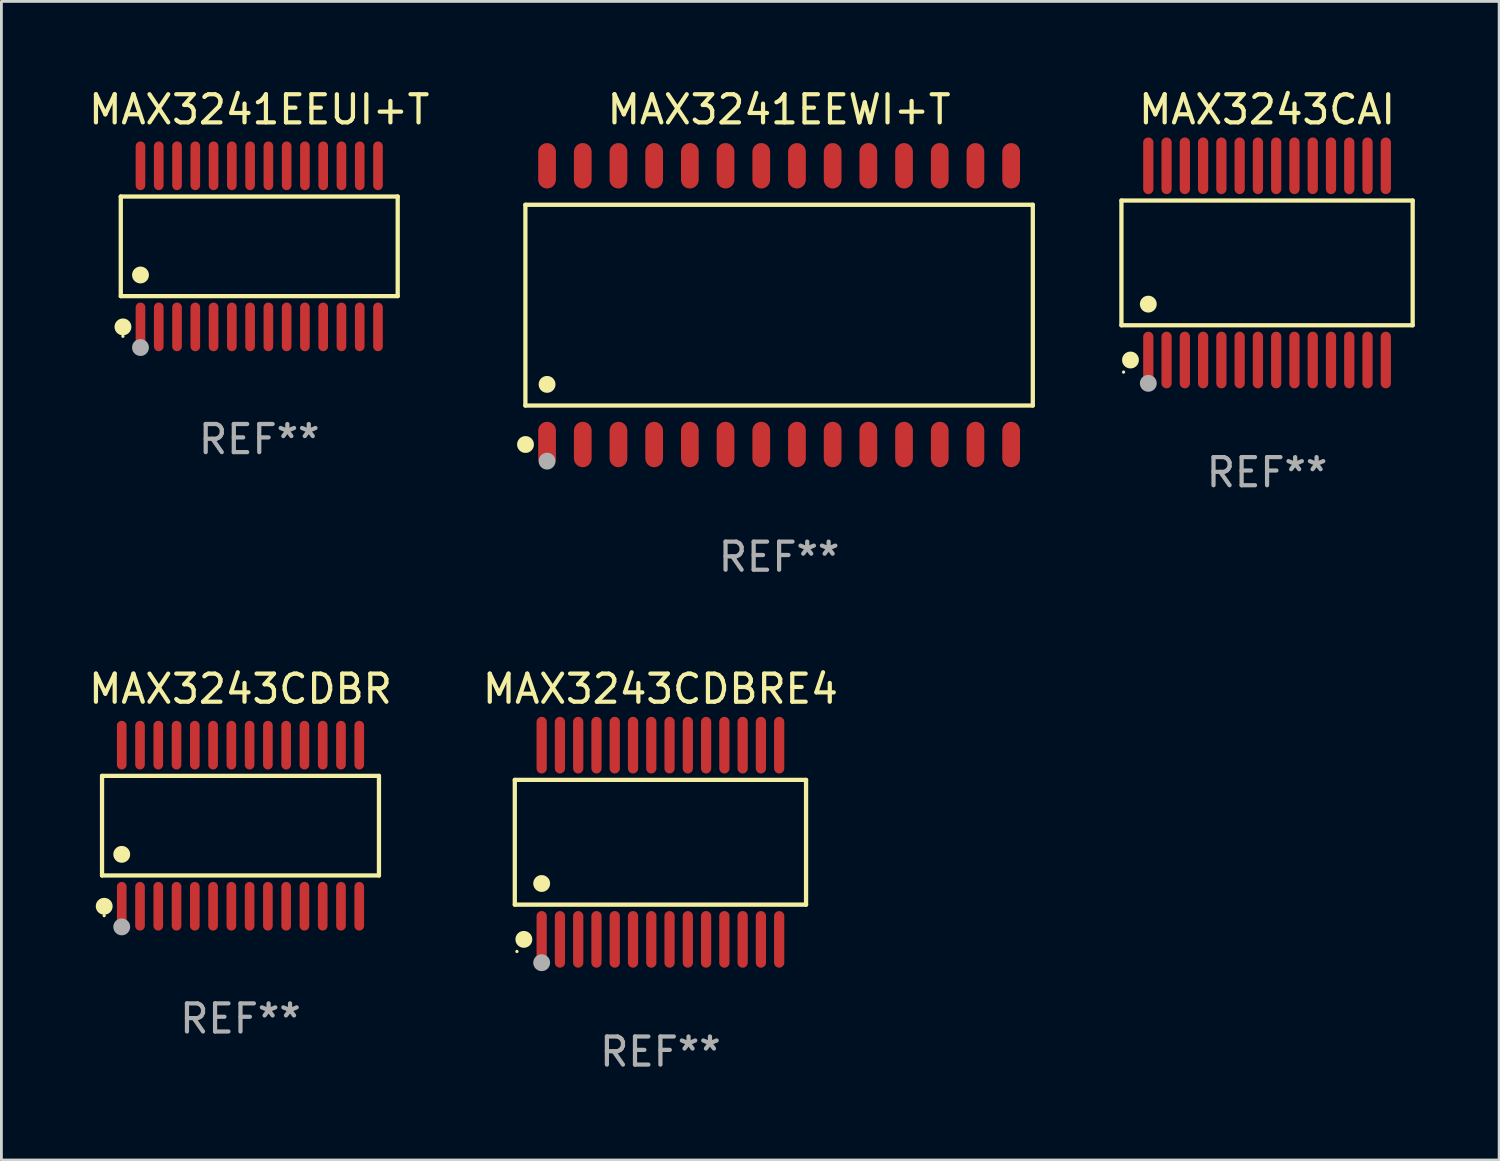
<source format=kicad_pcb>
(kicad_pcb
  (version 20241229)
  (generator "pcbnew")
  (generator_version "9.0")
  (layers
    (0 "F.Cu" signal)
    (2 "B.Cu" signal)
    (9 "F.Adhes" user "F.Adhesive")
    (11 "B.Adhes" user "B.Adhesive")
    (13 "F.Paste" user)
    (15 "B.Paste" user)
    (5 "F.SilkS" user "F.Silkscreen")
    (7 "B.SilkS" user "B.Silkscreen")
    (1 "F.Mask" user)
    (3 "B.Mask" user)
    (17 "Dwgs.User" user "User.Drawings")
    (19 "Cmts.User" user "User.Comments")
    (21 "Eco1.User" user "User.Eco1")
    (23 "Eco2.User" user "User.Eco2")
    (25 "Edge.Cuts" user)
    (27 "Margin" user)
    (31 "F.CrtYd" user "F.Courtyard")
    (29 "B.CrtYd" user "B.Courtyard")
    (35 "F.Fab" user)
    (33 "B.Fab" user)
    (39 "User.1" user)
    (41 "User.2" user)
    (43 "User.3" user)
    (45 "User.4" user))
  (footprint "MAX3243CAI"
    (layer "F.Cu")
    (at 42.028 6.303)
    (property "Reference" "MAX3243CAI" (at 0 -5.455 0) (layer "F.SilkS") (effects (font (size 1 1) (thickness 0.15))))
    (attr through_hole)
    (fp_line (start -5.181 -2.219) (end 5.181 -2.219) (stroke (width 0.152) (type solid)) (layer "F.SilkS"))
    (fp_line (start -5.181 2.219) (end -5.181 -2.219) (stroke (width 0.152) (type solid)) (layer "F.SilkS"))
    (fp_line (start 5.181 -2.219) (end 5.181 2.219) (stroke (width 0.152) (type solid)) (layer "F.SilkS"))
    (fp_line (start 5.181 2.219) (end -5.181 2.219) (stroke (width 0.152) (type solid)) (layer "F.SilkS"))
    (fp_circle (center -5.105 3.885) (end -5.075 3.885) (stroke (width 0.06) (type solid)) (fill no) (layer "F.SilkS"))
    (fp_circle (center -4.859 3.455) (end -4.709 3.455) (stroke (width 0.3) (type solid)) (fill no) (layer "F.SilkS"))
    (fp_circle (center -4.225 1.467) (end -4.075 1.467) (stroke (width 0.3) (type solid)) (fill no) (layer "F.SilkS"))
    (fp_circle (center -4.225 4.285) (end -4.075 4.285) (stroke (width 0.3) (type solid)) (fill no) (layer "F.Fab"))
    (fp_text user "REF**" (at 0 7.455 0) (layer "F.Fab") (effects (font (size 1 1) (thickness 0.15))))
    (pad "1" smd oval (at -4.225 3.455) (size 0.364 2.015) (layers "F.Cu" "F.Mask" "F.Paste"))
    (pad "2" smd oval (at -3.575 3.455) (size 0.364 2.015) (layers "F.Cu" "F.Mask" "F.Paste"))
    (pad "3" smd oval (at -2.925 3.455) (size 0.364 2.015) (layers "F.Cu" "F.Mask" "F.Paste"))
    (pad "4" smd oval (at -2.275 3.455) (size 0.364 2.015) (layers "F.Cu" "F.Mask" "F.Paste"))
    (pad "5" smd oval (at -1.625 3.455) (size 0.364 2.015) (layers "F.Cu" "F.Mask" "F.Paste"))
    (pad "6" smd oval (at -0.975 3.455) (size 0.364 2.015) (layers "F.Cu" "F.Mask" "F.Paste"))
    (pad "7" smd oval (at -0.325 3.455) (size 0.364 2.015) (layers "F.Cu" "F.Mask" "F.Paste"))
    (pad "8" smd oval (at 0.325 3.455) (size 0.364 2.015) (layers "F.Cu" "F.Mask" "F.Paste"))
    (pad "9" smd oval (at 0.975 3.455) (size 0.364 2.015) (layers "F.Cu" "F.Mask" "F.Paste"))
    (pad "10" smd oval (at 1.625 3.455) (size 0.364 2.015) (layers "F.Cu" "F.Mask" "F.Paste"))
    (pad "11" smd oval (at 2.275 3.455) (size 0.364 2.015) (layers "F.Cu" "F.Mask" "F.Paste"))
    (pad "12" smd oval (at 2.925 3.455) (size 0.364 2.015) (layers "F.Cu" "F.Mask" "F.Paste"))
    (pad "13" smd oval (at 3.575 3.455) (size 0.364 2.015) (layers "F.Cu" "F.Mask" "F.Paste"))
    (pad "14" smd oval (at 4.225 3.455) (size 0.364 2.015) (layers "F.Cu" "F.Mask" "F.Paste"))
    (pad "15" smd oval (at 4.225 -3.455) (size 0.364 2.015) (layers "F.Cu" "F.Mask" "F.Paste"))
    (pad "16" smd oval (at 3.575 -3.455) (size 0.364 2.015) (layers "F.Cu" "F.Mask" "F.Paste"))
    (pad "17" smd oval (at 2.925 -3.455) (size 0.364 2.015) (layers "F.Cu" "F.Mask" "F.Paste"))
    (pad "18" smd oval (at 2.275 -3.455) (size 0.364 2.015) (layers "F.Cu" "F.Mask" "F.Paste"))
    (pad "19" smd oval (at 1.625 -3.455) (size 0.364 2.015) (layers "F.Cu" "F.Mask" "F.Paste"))
    (pad "20" smd oval (at 0.975 -3.455) (size 0.364 2.015) (layers "F.Cu" "F.Mask" "F.Paste"))
    (pad "21" smd oval (at 0.325 -3.455) (size 0.364 2.015) (layers "F.Cu" "F.Mask" "F.Paste"))
    (pad "22" smd oval (at -0.325 -3.455) (size 0.364 2.015) (layers "F.Cu" "F.Mask" "F.Paste"))
    (pad "23" smd oval (at -0.975 -3.455) (size 0.364 2.015) (layers "F.Cu" "F.Mask" "F.Paste"))
    (pad "24" smd oval (at -1.625 -3.455) (size 0.364 2.015) (layers "F.Cu" "F.Mask" "F.Paste"))
    (pad "25" smd oval (at -2.275 -3.455) (size 0.364 2.015) (layers "F.Cu" "F.Mask" "F.Paste"))
    (pad "26" smd oval (at -2.925 -3.455) (size 0.364 2.015) (layers "F.Cu" "F.Mask" "F.Paste"))
    (pad "27" smd oval (at -3.575 -3.455) (size 0.364 2.015) (layers "F.Cu" "F.Mask" "F.Paste"))
    (pad "28" smd oval (at -4.225 -3.455) (size 0.364 2.015) (layers "F.Cu" "F.Mask" "F.Paste")))
  (footprint "MAX3241EEWI+T"
    (layer "F.Cu")
    (at 24.668 7.806)
    (property "Reference" "MAX3241EEWI+T" (at 0 -6.958 0) (layer "F.SilkS") (effects (font (size 1 1) (thickness 0.15))))
    (attr through_hole)
    (fp_line (start -9.026 -3.571) (end 9.026 -3.571) (stroke (width 0.152) (type solid)) (layer "F.SilkS"))
    (fp_line (start -9.026 3.571) (end -9.026 -3.571) (stroke (width 0.152) (type solid)) (layer "F.SilkS"))
    (fp_line (start 9.026 -3.571) (end 9.026 3.571) (stroke (width 0.152) (type solid)) (layer "F.SilkS"))
    (fp_line (start 9.026 3.571) (end -9.026 3.571) (stroke (width 0.152) (type solid)) (layer "F.SilkS"))
    (fp_circle (center -9.022 4.958) (end -8.872 4.958) (stroke (width 0.3) (type solid)) (fill no) (layer "F.SilkS"))
    (fp_circle (center -8.95 5.15) (end -8.92 5.15) (stroke (width 0.06) (type solid)) (fill no) (layer "F.SilkS"))
    (fp_circle (center -8.255 2.819) (end -8.105 2.819) (stroke (width 0.3) (type solid)) (fill no) (layer "F.SilkS"))
    (fp_circle (center -8.255 5.55) (end -8.105 5.55) (stroke (width 0.3) (type solid)) (fill no) (layer "F.Fab"))
    (fp_text user "REF**" (at 0 8.958 0) (layer "F.Fab") (effects (font (size 1 1) (thickness 0.15))))
    (pad "1" smd oval (at -8.255 4.958) (size 0.63 1.615) (layers "F.Cu" "F.Mask" "F.Paste"))
    (pad "2" smd oval (at -6.985 4.958) (size 0.63 1.615) (layers "F.Cu" "F.Mask" "F.Paste"))
    (pad "3" smd oval (at -5.715 4.958) (size 0.63 1.615) (layers "F.Cu" "F.Mask" "F.Paste"))
    (pad "4" smd oval (at -4.445 4.958) (size 0.63 1.615) (layers "F.Cu" "F.Mask" "F.Paste"))
    (pad "5" smd oval (at -3.175 4.958) (size 0.63 1.615) (layers "F.Cu" "F.Mask" "F.Paste"))
    (pad "6" smd oval (at -1.905 4.958) (size 0.63 1.615) (layers "F.Cu" "F.Mask" "F.Paste"))
    (pad "7" smd oval (at -0.635 4.958) (size 0.63 1.615) (layers "F.Cu" "F.Mask" "F.Paste"))
    (pad "8" smd oval (at 0.635 4.958) (size 0.63 1.615) (layers "F.Cu" "F.Mask" "F.Paste"))
    (pad "9" smd oval (at 1.905 4.958) (size 0.63 1.615) (layers "F.Cu" "F.Mask" "F.Paste"))
    (pad "10" smd oval (at 3.175 4.958) (size 0.63 1.615) (layers "F.Cu" "F.Mask" "F.Paste"))
    (pad "11" smd oval (at 4.445 4.958) (size 0.63 1.615) (layers "F.Cu" "F.Mask" "F.Paste"))
    (pad "12" smd oval (at 5.715 4.958) (size 0.63 1.615) (layers "F.Cu" "F.Mask" "F.Paste"))
    (pad "13" smd oval (at 6.985 4.958) (size 0.63 1.615) (layers "F.Cu" "F.Mask" "F.Paste"))
    (pad "14" smd oval (at 8.255 4.958) (size 0.63 1.615) (layers "F.Cu" "F.Mask" "F.Paste"))
    (pad "15" smd oval (at 8.255 -4.958) (size 0.63 1.615) (layers "F.Cu" "F.Mask" "F.Paste"))
    (pad "16" smd oval (at 6.985 -4.958) (size 0.63 1.615) (layers "F.Cu" "F.Mask" "F.Paste"))
    (pad "17" smd oval (at 5.715 -4.958) (size 0.63 1.615) (layers "F.Cu" "F.Mask" "F.Paste"))
    (pad "18" smd oval (at 4.445 -4.958) (size 0.63 1.615) (layers "F.Cu" "F.Mask" "F.Paste"))
    (pad "19" smd oval (at 3.175 -4.958) (size 0.63 1.615) (layers "F.Cu" "F.Mask" "F.Paste"))
    (pad "20" smd oval (at 1.905 -4.958) (size 0.63 1.615) (layers "F.Cu" "F.Mask" "F.Paste"))
    (pad "21" smd oval (at 0.635 -4.958) (size 0.63 1.615) (layers "F.Cu" "F.Mask" "F.Paste"))
    (pad "22" smd oval (at -0.635 -4.958) (size 0.63 1.615) (layers "F.Cu" "F.Mask" "F.Paste"))
    (pad "23" smd oval (at -1.905 -4.958) (size 0.63 1.615) (layers "F.Cu" "F.Mask" "F.Paste"))
    (pad "24" smd oval (at -3.175 -4.958) (size 0.63 1.615) (layers "F.Cu" "F.Mask" "F.Paste"))
    (pad "25" smd oval (at -4.445 -4.958) (size 0.63 1.615) (layers "F.Cu" "F.Mask" "F.Paste"))
    (pad "26" smd oval (at -5.715 -4.958) (size 0.63 1.615) (layers "F.Cu" "F.Mask" "F.Paste"))
    (pad "27" smd oval (at -6.985 -4.958) (size 0.63 1.615) (layers "F.Cu" "F.Mask" "F.Paste"))
    (pad "28" smd oval (at -8.255 -4.958) (size 0.63 1.615) (layers "F.Cu" "F.Mask" "F.Paste")))
  (footprint "MAX3241EEUI+T"
    (layer "F.Cu")
    (at 6.173 5.714)
    (property "Reference" "MAX3241EEUI+T" (at 0 -4.866 0) (layer "F.SilkS") (effects (font (size 1 1) (thickness 0.15))))
    (attr through_hole)
    (fp_line (start -4.926 -1.772) (end 4.926 -1.772) (stroke (width 0.152) (type solid)) (layer "F.SilkS"))
    (fp_line (start -4.926 1.771) (end -4.926 -1.772) (stroke (width 0.152) (type solid)) (layer "F.SilkS"))
    (fp_line (start 4.926 -1.772) (end 4.926 1.771) (stroke (width 0.152) (type solid)) (layer "F.SilkS"))
    (fp_line (start 4.926 1.771) (end -4.926 1.771) (stroke (width 0.152) (type solid)) (layer "F.SilkS"))
    (fp_circle (center -4.85 3.2) (end -4.82 3.2) (stroke (width 0.06) (type solid)) (fill no) (layer "F.SilkS"))
    (fp_circle (center -4.849 2.866) (end -4.699 2.866) (stroke (width 0.3) (type solid)) (fill no) (layer "F.SilkS"))
    (fp_circle (center -4.225 1.019) (end -4.075 1.019) (stroke (width 0.3) (type solid)) (fill no) (layer "F.SilkS"))
    (fp_circle (center -4.225 3.6) (end -4.075 3.6) (stroke (width 0.3) (type solid)) (fill no) (layer "F.Fab"))
    (fp_text user "REF**" (at 0 6.866 0) (layer "F.Fab") (effects (font (size 1 1) (thickness 0.15))))
    (pad "1" smd oval (at -4.225 2.866) (size 0.343 1.731) (layers "F.Cu" "F.Mask" "F.Paste"))
    (pad "2" smd oval (at -3.575 2.866) (size 0.343 1.731) (layers "F.Cu" "F.Mask" "F.Paste"))
    (pad "3" smd oval (at -2.925 2.866) (size 0.343 1.731) (layers "F.Cu" "F.Mask" "F.Paste"))
    (pad "4" smd oval (at -2.275 2.866) (size 0.343 1.731) (layers "F.Cu" "F.Mask" "F.Paste"))
    (pad "5" smd oval (at -1.625 2.866) (size 0.343 1.731) (layers "F.Cu" "F.Mask" "F.Paste"))
    (pad "6" smd oval (at -0.975 2.866) (size 0.343 1.731) (layers "F.Cu" "F.Mask" "F.Paste"))
    (pad "7" smd oval (at -0.325 2.866) (size 0.343 1.731) (layers "F.Cu" "F.Mask" "F.Paste"))
    (pad "8" smd oval (at 0.325 2.866) (size 0.343 1.731) (layers "F.Cu" "F.Mask" "F.Paste"))
    (pad "9" smd oval (at 0.975 2.866) (size 0.343 1.731) (layers "F.Cu" "F.Mask" "F.Paste"))
    (pad "10" smd oval (at 1.625 2.866) (size 0.343 1.731) (layers "F.Cu" "F.Mask" "F.Paste"))
    (pad "11" smd oval (at 2.275 2.866) (size 0.343 1.731) (layers "F.Cu" "F.Mask" "F.Paste"))
    (pad "12" smd oval (at 2.925 2.866) (size 0.343 1.731) (layers "F.Cu" "F.Mask" "F.Paste"))
    (pad "13" smd oval (at 3.575 2.866) (size 0.343 1.731) (layers "F.Cu" "F.Mask" "F.Paste"))
    (pad "14" smd oval (at 4.225 2.866) (size 0.343 1.731) (layers "F.Cu" "F.Mask" "F.Paste"))
    (pad "15" smd oval (at 4.225 -2.866) (size 0.343 1.731) (layers "F.Cu" "F.Mask" "F.Paste"))
    (pad "16" smd oval (at 3.575 -2.866) (size 0.343 1.731) (layers "F.Cu" "F.Mask" "F.Paste"))
    (pad "17" smd oval (at 2.925 -2.866) (size 0.343 1.731) (layers "F.Cu" "F.Mask" "F.Paste"))
    (pad "18" smd oval (at 2.275 -2.866) (size 0.343 1.731) (layers "F.Cu" "F.Mask" "F.Paste"))
    (pad "19" smd oval (at 1.625 -2.866) (size 0.343 1.731) (layers "F.Cu" "F.Mask" "F.Paste"))
    (pad "20" smd oval (at 0.975 -2.866) (size 0.343 1.731) (layers "F.Cu" "F.Mask" "F.Paste"))
    (pad "21" smd oval (at 0.325 -2.866) (size 0.343 1.731) (layers "F.Cu" "F.Mask" "F.Paste"))
    (pad "22" smd oval (at -0.325 -2.866) (size 0.343 1.731) (layers "F.Cu" "F.Mask" "F.Paste"))
    (pad "23" smd oval (at -0.975 -2.866) (size 0.343 1.731) (layers "F.Cu" "F.Mask" "F.Paste"))
    (pad "24" smd oval (at -1.625 -2.866) (size 0.343 1.731) (layers "F.Cu" "F.Mask" "F.Paste"))
    (pad "25" smd oval (at -2.275 -2.866) (size 0.343 1.731) (layers "F.Cu" "F.Mask" "F.Paste"))
    (pad "26" smd oval (at -2.925 -2.866) (size 0.343 1.731) (layers "F.Cu" "F.Mask" "F.Paste"))
    (pad "27" smd oval (at -3.575 -2.866) (size 0.343 1.731) (layers "F.Cu" "F.Mask" "F.Paste"))
    (pad "28" smd oval (at -4.225 -2.866) (size 0.343 1.731) (layers "F.Cu" "F.Mask" "F.Paste")))
  (footprint "MAX3243CDBR"
    (layer "F.Cu")
    (at 5.506 26.326)
    (property "Reference" "MAX3243CDBR" (at 0 -4.866 0) (layer "F.SilkS") (effects (font (size 1 1) (thickness 0.15))))
    (attr through_hole)
    (fp_line (start -4.926 -1.772) (end 4.926 -1.772) (stroke (width 0.152) (type solid)) (layer "F.SilkS"))
    (fp_line (start -4.926 1.771) (end -4.926 -1.772) (stroke (width 0.152) (type solid)) (layer "F.SilkS"))
    (fp_line (start 4.926 -1.772) (end 4.926 1.771) (stroke (width 0.152) (type solid)) (layer "F.SilkS"))
    (fp_line (start 4.926 1.771) (end -4.926 1.771) (stroke (width 0.152) (type solid)) (layer "F.SilkS"))
    (fp_circle (center -4.85 3.2) (end -4.82 3.2) (stroke (width 0.06) (type solid)) (fill no) (layer "F.SilkS"))
    (fp_circle (center -4.849 2.866) (end -4.699 2.866) (stroke (width 0.3) (type solid)) (fill no) (layer "F.SilkS"))
    (fp_circle (center -4.225 1.019) (end -4.075 1.019) (stroke (width 0.3) (type solid)) (fill no) (layer "F.SilkS"))
    (fp_circle (center -4.225 3.6) (end -4.075 3.6) (stroke (width 0.3) (type solid)) (fill no) (layer "F.Fab"))
    (fp_text user "REF**" (at 0 6.866 0) (layer "F.Fab") (effects (font (size 1 1) (thickness 0.15))))
    (pad "1" smd oval (at -4.225 2.866) (size 0.343 1.731) (layers "F.Cu" "F.Mask" "F.Paste"))
    (pad "2" smd oval (at -3.575 2.866) (size 0.343 1.731) (layers "F.Cu" "F.Mask" "F.Paste"))
    (pad "3" smd oval (at -2.925 2.866) (size 0.343 1.731) (layers "F.Cu" "F.Mask" "F.Paste"))
    (pad "4" smd oval (at -2.275 2.866) (size 0.343 1.731) (layers "F.Cu" "F.Mask" "F.Paste"))
    (pad "5" smd oval (at -1.625 2.866) (size 0.343 1.731) (layers "F.Cu" "F.Mask" "F.Paste"))
    (pad "6" smd oval (at -0.975 2.866) (size 0.343 1.731) (layers "F.Cu" "F.Mask" "F.Paste"))
    (pad "7" smd oval (at -0.325 2.866) (size 0.343 1.731) (layers "F.Cu" "F.Mask" "F.Paste"))
    (pad "8" smd oval (at 0.325 2.866) (size 0.343 1.731) (layers "F.Cu" "F.Mask" "F.Paste"))
    (pad "9" smd oval (at 0.975 2.866) (size 0.343 1.731) (layers "F.Cu" "F.Mask" "F.Paste"))
    (pad "10" smd oval (at 1.625 2.866) (size 0.343 1.731) (layers "F.Cu" "F.Mask" "F.Paste"))
    (pad "11" smd oval (at 2.275 2.866) (size 0.343 1.731) (layers "F.Cu" "F.Mask" "F.Paste"))
    (pad "12" smd oval (at 2.925 2.866) (size 0.343 1.731) (layers "F.Cu" "F.Mask" "F.Paste"))
    (pad "13" smd oval (at 3.575 2.866) (size 0.343 1.731) (layers "F.Cu" "F.Mask" "F.Paste"))
    (pad "14" smd oval (at 4.225 2.866) (size 0.343 1.731) (layers "F.Cu" "F.Mask" "F.Paste"))
    (pad "15" smd oval (at 4.225 -2.866) (size 0.343 1.731) (layers "F.Cu" "F.Mask" "F.Paste"))
    (pad "16" smd oval (at 3.575 -2.866) (size 0.343 1.731) (layers "F.Cu" "F.Mask" "F.Paste"))
    (pad "17" smd oval (at 2.925 -2.866) (size 0.343 1.731) (layers "F.Cu" "F.Mask" "F.Paste"))
    (pad "18" smd oval (at 2.275 -2.866) (size 0.343 1.731) (layers "F.Cu" "F.Mask" "F.Paste"))
    (pad "19" smd oval (at 1.625 -2.866) (size 0.343 1.731) (layers "F.Cu" "F.Mask" "F.Paste"))
    (pad "20" smd oval (at 0.975 -2.866) (size 0.343 1.731) (layers "F.Cu" "F.Mask" "F.Paste"))
    (pad "21" smd oval (at 0.325 -2.866) (size 0.343 1.731) (layers "F.Cu" "F.Mask" "F.Paste"))
    (pad "22" smd oval (at -0.325 -2.866) (size 0.343 1.731) (layers "F.Cu" "F.Mask" "F.Paste"))
    (pad "23" smd oval (at -0.975 -2.866) (size 0.343 1.731) (layers "F.Cu" "F.Mask" "F.Paste"))
    (pad "24" smd oval (at -1.625 -2.866) (size 0.343 1.731) (layers "F.Cu" "F.Mask" "F.Paste"))
    (pad "25" smd oval (at -2.275 -2.866) (size 0.343 1.731) (layers "F.Cu" "F.Mask" "F.Paste"))
    (pad "26" smd oval (at -2.925 -2.866) (size 0.343 1.731) (layers "F.Cu" "F.Mask" "F.Paste"))
    (pad "27" smd oval (at -3.575 -2.866) (size 0.343 1.731) (layers "F.Cu" "F.Mask" "F.Paste"))
    (pad "28" smd oval (at -4.225 -2.866) (size 0.343 1.731) (layers "F.Cu" "F.Mask" "F.Paste")))
  (footprint "MAX3243CDBRE4"
    (layer "F.Cu")
    (at 20.446 26.915)
    (property "Reference" "MAX3243CDBRE4" (at 0 -5.455 0) (layer "F.SilkS") (effects (font (size 1 1) (thickness 0.15))))
    (attr through_hole)
    (fp_line (start -5.181 -2.219) (end 5.181 -2.219) (stroke (width 0.152) (type solid)) (layer "F.SilkS"))
    (fp_line (start -5.181 2.219) (end -5.181 -2.219) (stroke (width 0.152) (type solid)) (layer "F.SilkS"))
    (fp_line (start 5.181 -2.219) (end 5.181 2.219) (stroke (width 0.152) (type solid)) (layer "F.SilkS"))
    (fp_line (start 5.181 2.219) (end -5.181 2.219) (stroke (width 0.152) (type solid)) (layer "F.SilkS"))
    (fp_circle (center -5.105 3.885) (end -5.075 3.885) (stroke (width 0.06) (type solid)) (fill no) (layer "F.SilkS"))
    (fp_circle (center -4.859 3.455) (end -4.709 3.455) (stroke (width 0.3) (type solid)) (fill no) (layer "F.SilkS"))
    (fp_circle (center -4.225 1.467) (end -4.075 1.467) (stroke (width 0.3) (type solid)) (fill no) (layer "F.SilkS"))
    (fp_circle (center -4.225 4.285) (end -4.075 4.285) (stroke (width 0.3) (type solid)) (fill no) (layer "F.Fab"))
    (fp_text user "REF**" (at 0 7.455 0) (layer "F.Fab") (effects (font (size 1 1) (thickness 0.15))))
    (pad "1" smd oval (at -4.225 3.455) (size 0.364 2.015) (layers "F.Cu" "F.Mask" "F.Paste"))
    (pad "2" smd oval (at -3.575 3.455) (size 0.364 2.015) (layers "F.Cu" "F.Mask" "F.Paste"))
    (pad "3" smd oval (at -2.925 3.455) (size 0.364 2.015) (layers "F.Cu" "F.Mask" "F.Paste"))
    (pad "4" smd oval (at -2.275 3.455) (size 0.364 2.015) (layers "F.Cu" "F.Mask" "F.Paste"))
    (pad "5" smd oval (at -1.625 3.455) (size 0.364 2.015) (layers "F.Cu" "F.Mask" "F.Paste"))
    (pad "6" smd oval (at -0.975 3.455) (size 0.364 2.015) (layers "F.Cu" "F.Mask" "F.Paste"))
    (pad "7" smd oval (at -0.325 3.455) (size 0.364 2.015) (layers "F.Cu" "F.Mask" "F.Paste"))
    (pad "8" smd oval (at 0.325 3.455) (size 0.364 2.015) (layers "F.Cu" "F.Mask" "F.Paste"))
    (pad "9" smd oval (at 0.975 3.455) (size 0.364 2.015) (layers "F.Cu" "F.Mask" "F.Paste"))
    (pad "10" smd oval (at 1.625 3.455) (size 0.364 2.015) (layers "F.Cu" "F.Mask" "F.Paste"))
    (pad "11" smd oval (at 2.275 3.455) (size 0.364 2.015) (layers "F.Cu" "F.Mask" "F.Paste"))
    (pad "12" smd oval (at 2.925 3.455) (size 0.364 2.015) (layers "F.Cu" "F.Mask" "F.Paste"))
    (pad "13" smd oval (at 3.575 3.455) (size 0.364 2.015) (layers "F.Cu" "F.Mask" "F.Paste"))
    (pad "14" smd oval (at 4.225 3.455) (size 0.364 2.015) (layers "F.Cu" "F.Mask" "F.Paste"))
    (pad "15" smd oval (at 4.225 -3.455) (size 0.364 2.015) (layers "F.Cu" "F.Mask" "F.Paste"))
    (pad "16" smd oval (at 3.575 -3.455) (size 0.364 2.015) (layers "F.Cu" "F.Mask" "F.Paste"))
    (pad "17" smd oval (at 2.925 -3.455) (size 0.364 2.015) (layers "F.Cu" "F.Mask" "F.Paste"))
    (pad "18" smd oval (at 2.275 -3.455) (size 0.364 2.015) (layers "F.Cu" "F.Mask" "F.Paste"))
    (pad "19" smd oval (at 1.625 -3.455) (size 0.364 2.015) (layers "F.Cu" "F.Mask" "F.Paste"))
    (pad "20" smd oval (at 0.975 -3.455) (size 0.364 2.015) (layers "F.Cu" "F.Mask" "F.Paste"))
    (pad "21" smd oval (at 0.325 -3.455) (size 0.364 2.015) (layers "F.Cu" "F.Mask" "F.Paste"))
    (pad "22" smd oval (at -0.325 -3.455) (size 0.364 2.015) (layers "F.Cu" "F.Mask" "F.Paste"))
    (pad "23" smd oval (at -0.975 -3.455) (size 0.364 2.015) (layers "F.Cu" "F.Mask" "F.Paste"))
    (pad "24" smd oval (at -1.625 -3.455) (size 0.364 2.015) (layers "F.Cu" "F.Mask" "F.Paste"))
    (pad "25" smd oval (at -2.275 -3.455) (size 0.364 2.015) (layers "F.Cu" "F.Mask" "F.Paste"))
    (pad "26" smd oval (at -2.925 -3.455) (size 0.364 2.015) (layers "F.Cu" "F.Mask" "F.Paste"))
    (pad "27" smd oval (at -3.575 -3.455) (size 0.364 2.015) (layers "F.Cu" "F.Mask" "F.Paste"))
    (pad "28" smd oval (at -4.225 -3.455) (size 0.364 2.015) (layers "F.Cu" "F.Mask" "F.Paste")))
  (gr_rect
    (start -3 -3)
    (end 50.285 38.219)
    (stroke (width 0.1) (type default))
    (fill no)
    (layer "Edge.Cuts")))
</source>
